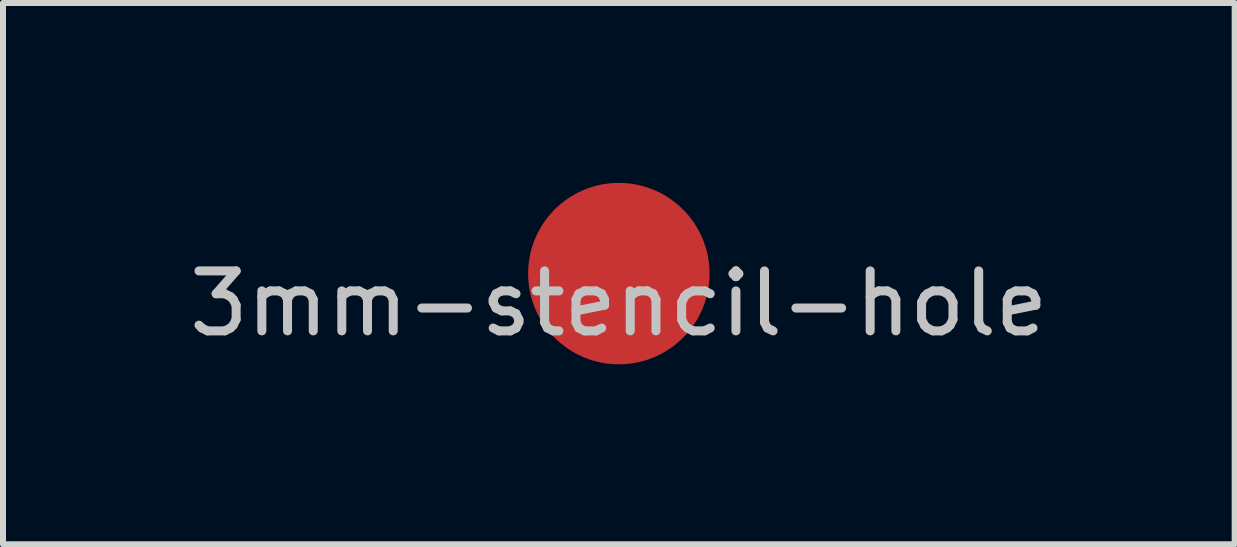
<source format=kicad_pcb>
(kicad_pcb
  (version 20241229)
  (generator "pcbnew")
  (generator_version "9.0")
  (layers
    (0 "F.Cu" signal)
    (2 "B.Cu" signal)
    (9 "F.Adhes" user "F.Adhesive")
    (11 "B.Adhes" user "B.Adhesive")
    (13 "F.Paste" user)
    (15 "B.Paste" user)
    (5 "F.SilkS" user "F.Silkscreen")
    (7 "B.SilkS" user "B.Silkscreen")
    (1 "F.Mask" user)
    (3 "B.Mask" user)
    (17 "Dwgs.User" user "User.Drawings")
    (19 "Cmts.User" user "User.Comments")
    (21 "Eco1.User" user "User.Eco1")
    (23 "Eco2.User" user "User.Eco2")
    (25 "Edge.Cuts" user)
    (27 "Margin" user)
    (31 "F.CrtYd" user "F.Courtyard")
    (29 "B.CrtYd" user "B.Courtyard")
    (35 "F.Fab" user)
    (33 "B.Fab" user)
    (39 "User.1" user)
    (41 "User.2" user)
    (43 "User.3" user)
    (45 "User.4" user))
  (footprint "3mm-stencil-hole"
    (layer "F.Cu")
    (at 7.268 1.512)
    (property "Reference" "3mm-stencil-hole" (at 0 0.5 0) (layer "Dwgs.User") (effects (font (size 1 1) (thickness 0.15))))
    (attr through_hole)
    (pad "1" smd circle (at 0 0) (size 3.025 3.025) (layers "*.Paste" "*.Mask" "F.Cu")))
  (gr_rect
    (start -3 -3)
    (end 17.536 6.025)
    (stroke (width 0.1) (type default))
    (fill no)
    (layer "Edge.Cuts")))
</source>
